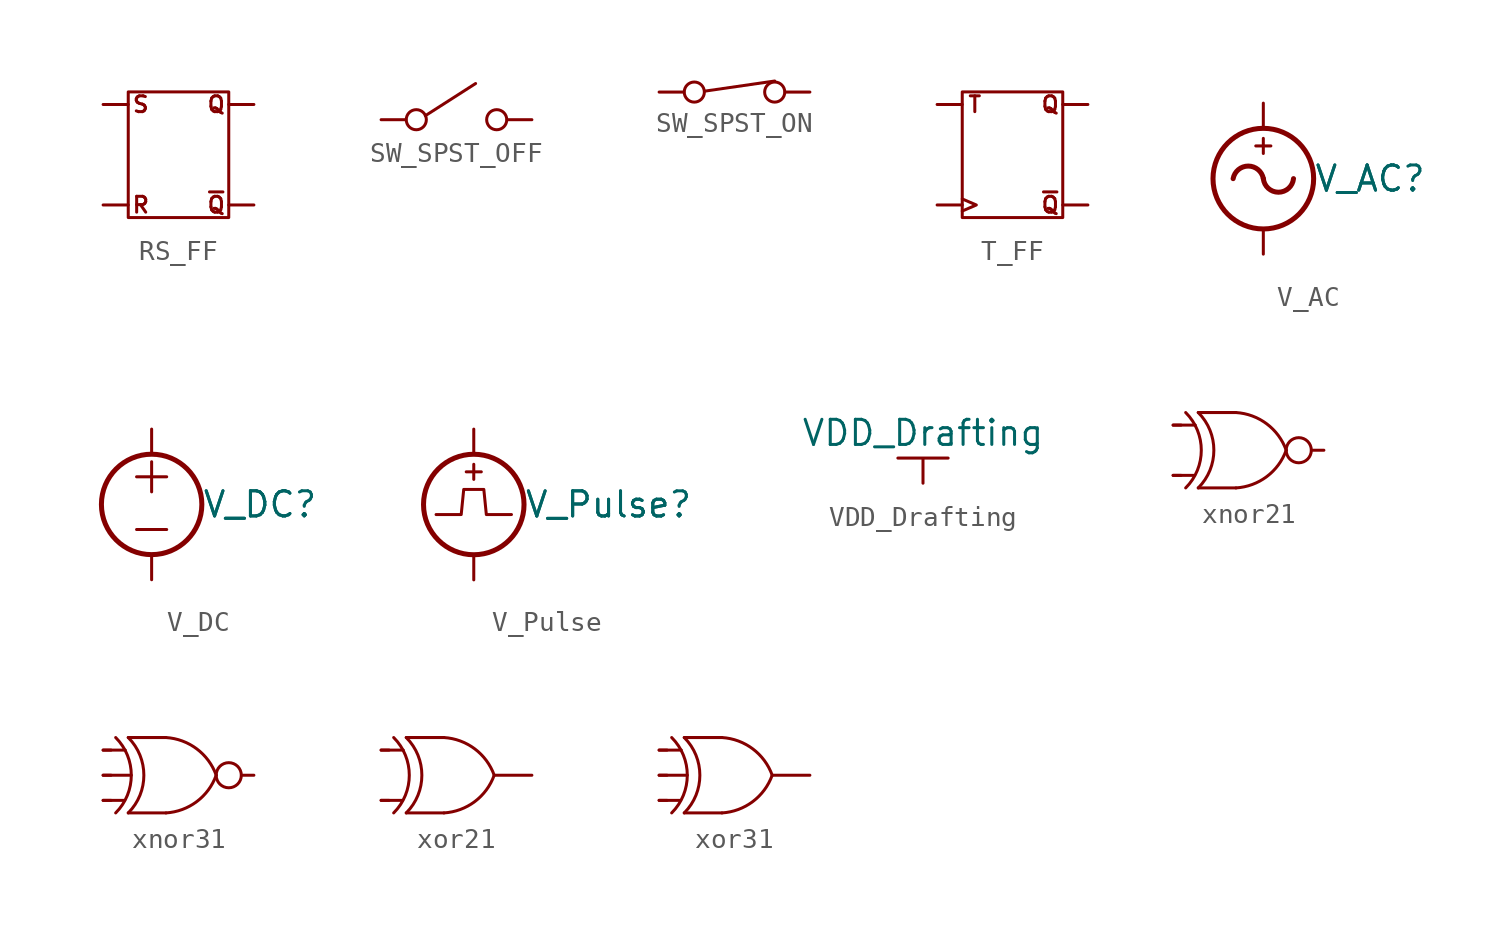
<source format=kicad_sym>
(kicad_symbol_lib
  (version 20220914)
  (generator kicad_symbol_editor)
  (symbol "RS_FF"
    (pin_numbers hide)
    (pin_names
      (offset 0) hide)
    (property "Reference" "U"
      (at 0 5.08 0)
      (effects (font (size 1.27 1.27)) hide))
    (symbol "RS_FF_0_0"
      (text "Q" (at 1.905 2.54 0) (effects (font (size 0.8 0.8))))
      (text "R" (at -1.905 -2.54 0) (effects (font (size 0.8 0.8))))
      (text "S" (at -1.905 2.54 0) (effects (font (size 0.8 0.8))))
      (text "~{Q}" (at 1.905 -2.54 0) (effects (font (size 0.8 0.8)))))
    (symbol "RS_FF_0_1"
      (rectangle (start -2.54 3.175) (end 2.54 -3.175) (stroke (width 0) (type default)) (fill (type none))))
    (symbol "RS_FF_1_1"
      (pin passive line (at 3.81 2.54 180) (length 1.27) (name "Q" (effects (font (size 1.27 1.27)))) (number "1" (effects (font (size 1.27 1.27)))))
      (pin passive line (at -3.81 -2.54 0) (length 1.27) (name "R" (effects (font (size 1.27 1.27)))) (number "1" (effects (font (size 1.27 1.27)))))
      (pin passive line (at -3.81 2.54 0) (length 1.27) (name "S" (effects (font (size 1.27 1.27)))) (number "1" (effects (font (size 1.27 1.27)))))
      (pin passive line (at 3.81 -2.54 180) (length 1.27) (name "~Q" (effects (font (size 1.27 1.27)))) (number "1" (effects (font (size 1.27 1.27)))))))
  (symbol "SW_SPST_OFF"
    (pin_numbers hide)
    (pin_names
      (offset 0) hide)
    (property "Reference" "SW"
      (at 0 3.81 0)
      (effects (font (size 1.27 1.27)) hide))
    (symbol "SW_SPST_OFF_0_0"
      (circle (center -2.032 0) (radius 0.508) (stroke (width 0) (type default)) (fill (type none)))
      (circle (center 2.032 0) (radius 0.508) (stroke (width 0) (type default)) (fill (type none))))
    (symbol "SW_SPST_OFF_0_1"
      (polyline (pts (xy -1.575 0.203) (xy 0.965 1.829)) (stroke (width 0) (type default)) (fill (type none))))
    (symbol "SW_SPST_OFF_1_1"
      (pin passive line (at -3.81 0 0) (length 1.25) (name "A" (effects (font (size 1.27 1.27)))) (number "1" (effects (font (size 1.27 1.27)))))
      (pin passive line (at 3.81 0 180) (length 1.25) (name "B" (effects (font (size 1.27 1.27)))) (number "1" (effects (font (size 1.27 1.27)))))))
  (symbol "SW_SPST_ON"
    (pin_numbers hide)
    (pin_names
      (offset 0) hide)
    (property "Reference" "SW"
      (at 0 3.81 0)
      (effects (font (size 1.27 1.27)) hide))
    (symbol "SW_SPST_ON_0_0"
      (circle (center -2.032 0) (radius 0.508) (stroke (width 0) (type default)) (fill (type none)))
      (circle (center 2.032 0) (radius 0.508) (stroke (width 0) (type default)) (fill (type none))))
    (symbol "SW_SPST_ON_0_1"
      (polyline (pts (xy -1.473 0.051) (xy 2.032 0.559)) (stroke (width 0) (type default)) (fill (type none))))
    (symbol "SW_SPST_ON_1_1"
      (pin passive line (at -3.81 0 0) (length 1.25) (name "A" (effects (font (size 1.27 1.27)))) (number "1" (effects (font (size 1.27 1.27)))))
      (pin passive line (at 3.81 0 180) (length 1.25) (name "B" (effects (font (size 1.27 1.27)))) (number "1" (effects (font (size 1.27 1.27)))))))
  (symbol "T_FF"
    (pin_numbers hide)
    (pin_names
      (offset 0) hide)
    (property "Reference" "U"
      (at 0 5.08 0)
      (effects (font (size 1.27 1.27)) hide))
    (symbol "T_FF_0_0"
      (polyline (pts (xy -2.54 -2.235) (xy -1.829 -2.54) (xy -2.54 -2.845)) (stroke (width 0) (type default)) (fill (type none)))
      (text "Q" (at 1.905 2.54 0) (effects (font (size 0.8 0.8))))
      (text "T" (at -1.905 2.54 0) (effects (font (size 0.8 0.8))))
      (text "~{Q}" (at 1.905 -2.54 0) (effects (font (size 0.8 0.8)))))
    (symbol "T_FF_0_1"
      (rectangle (start -2.54 3.175) (end 2.54 -3.175) (stroke (width 0) (type default)) (fill (type none))))
    (symbol "T_FF_1_1"
      (pin passive line (at -3.81 -2.54 0) (length 1.27) (name "CLK" (effects (font (size 1.27 1.27)))) (number "1" (effects (font (size 1.27 1.27)))))
      (pin passive line (at 3.81 2.54 180) (length 1.27) (name "Q" (effects (font (size 1.27 1.27)))) (number "1" (effects (font (size 1.27 1.27)))))
      (pin passive line (at -3.81 2.54 0) (length 1.27) (name "T" (effects (font (size 1.27 1.27)))) (number "1" (effects (font (size 1.27 1.27)))))
      (pin passive line (at 3.81 -2.54 180) (length 1.27) (name "~Q" (effects (font (size 1.27 1.27)))) (number "1" (effects (font (size 1.27 1.27)))))))
  (symbol "V_AC"
    (pin_numbers hide)
    (pin_names hide)
    (property "Reference" "V_AC"
      (at 2.54 0 0)
      (effects (font (size 1.27 1.27)) (justify left)))
    (property "Value" "V_AC"
      (at 2.54 0 0)
      (effects (font (size 1.27 1.27)) (justify left)))
    (symbol "V_AC_0_1"
      (polyline (pts (xy -0.381 1.651) (xy 0.381 1.651)) (stroke (width 0) (type default)) (fill (type none)))
      (polyline (pts (xy 0 2.032) (xy 0 1.27)) (stroke (width 0) (type default)) (fill (type none)))
      (arc (start 0 0.0027) (mid -0.7631 0.6341) (end -1.524 0) (stroke (width 0.254) (type default)) (fill (type none)))
      (arc (start 0 0.0027) (mid 0.7607 -0.6856) (end 1.524 0) (stroke (width 0.254) (type default)) (fill (type none))))
    (symbol "V_AC_1_1"
      (circle (center 0 0) (radius 2.54) (stroke (width 0.254) (type default)) (fill (type none)))
      (pin passive line (at 0 3.81 270) (length 1.27) (name "~" (effects (font (size 1.27 1.27)))) (number "1" (effects (font (size 1.27 1.27)))))
      (pin passive line (at 0 -3.81 90) (length 1.27) (name "~" (effects (font (size 1.27 1.27)))) (number "2" (effects (font (size 1.27 1.27)))))))
  (symbol "V_DC"
    (pin_numbers hide)
    (pin_names hide)
    (property "Reference" "V_DC"
      (at 2.54 0 0)
      (effects (font (size 1.27 1.27)) (justify left)))
    (property "Value" "V_DC"
      (at 2.54 0 0)
      (effects (font (size 1.27 1.27)) (justify left)))
    (symbol "V_DC_0_1"
      (polyline (pts (xy -0.762 -1.27) (xy 0.762 -1.27)) (stroke (width 0) (type default)) (fill (type none)))
      (polyline (pts (xy -0.762 1.397) (xy 0.762 1.397)) (stroke (width 0) (type default)) (fill (type none)))
      (polyline (pts (xy 0 0.635) (xy 0 2.159)) (stroke (width 0) (type default)) (fill (type none))))
    (symbol "V_DC_1_1"
      (circle (center 0 0) (radius 2.54) (stroke (width 0.254) (type default)) (fill (type none)))
      (pin passive line (at 0 3.81 270) (length 1.27) (name "~" (effects (font (size 1.27 1.27)))) (number "1" (effects (font (size 1.27 1.27)))))
      (pin passive line (at 0 -3.81 90) (length 1.27) (name "~" (effects (font (size 1.27 1.27)))) (number "2" (effects (font (size 1.27 1.27)))))))
  (symbol "V_Pulse"
    (pin_numbers hide)
    (pin_names hide)
    (property "Reference" "V_Pulse"
      (at 2.54 0 0)
      (effects (font (size 1.27 1.27)) (justify left)))
    (property "Value" "V_Pulse"
      (at 2.54 0 0)
      (effects (font (size 1.27 1.27)) (justify left)))
    (symbol "V_Pulse_0_1"
      (polyline (pts (xy -0.381 1.651) (xy 0.381 1.651)) (stroke (width 0) (type default)) (fill (type none)))
      (polyline (pts (xy 0 2.032) (xy 0 1.27)) (stroke (width 0) (type default)) (fill (type none)))
      (polyline (pts (xy -1.905 -0.508) (xy -0.635 -0.508) (xy -0.508 0.762) (xy 0.508 0.762) (xy 0.635 -0.508) (xy 1.905 -0.508)) (stroke (width 0) (type default)) (fill (type none))))
    (symbol "V_Pulse_1_1"
      (circle (center 0 0) (radius 2.54) (stroke (width 0.254) (type default)) (fill (type none)))
      (pin passive line (at 0 3.81 270) (length 1.27) (name "~" (effects (font (size 1.27 1.27)))) (number "1" (effects (font (size 1.27 1.27)))))
      (pin passive line (at 0 -3.81 90) (length 1.27) (name "~" (effects (font (size 1.27 1.27)))) (number "2" (effects (font (size 1.27 1.27)))))))
  (symbol "VDD_Drafting"
    (pin_numbers hide)
    (pin_names
      (offset 0) hide)
    (property "Reference" "U"
      (at 0 2.54 0)
      (effects (font (size 1.27 1.27)) hide))
    (property "Value" "VDD_Drafting"
      (at 0 2.54 0)
      (effects (font (size 1.27 1.27))))
    (symbol "VDD_Drafting_0_1"
      (polyline (pts (xy 0 0) (xy 0 1.27) (xy -1.27 1.27) (xy 1.27 1.27) (xy 0 1.27)) (stroke (width 0) (type default)) (fill (type none))))
    (symbol "VDD_Drafting_1_1"
      (pin power_in line (at 0 0 90) (length 0) hide (name "GND" (effects (font (size 1.27 1.27)))) (number "1" (effects (font (size 1.27 1.27)))))))
  (symbol "xnor21"
    (pin_numbers hide)
    (pin_names
      (offset 0) hide)
    (property "Reference" "U"
      (at 0 3.81 0)
      (effects (font (size 1.27 1.27)) hide))
    (symbol "xnor21_0_1"
      (arc (start -3.1751 -1.905) (mid -2.386 0) (end -3.1751 1.905) (stroke (width 0) (type default)) (fill (type none)))
      (arc (start -2.54 -1.905) (mid -1.7509 0) (end -2.54 1.905) (stroke (width 0) (type default)) (fill (type none)))
      (arc (start -0.635 -1.905) (mid 0.9209 -1.3337) (end 1.905 0) (stroke (width 0) (type default)) (fill (type none)))
      (polyline (pts (xy -3.81 -1.27) (xy -2.743 -1.27)) (stroke (width 0) (type default)) (fill (type none)))
      (polyline (pts (xy -3.81 1.27) (xy -2.692 1.27)) (stroke (width 0) (type default)) (fill (type none)))
      (polyline (pts (xy -2.54 -1.905) (xy -0.635 -1.905)) (stroke (width 0) (type default)) (fill (type none)))
      (polyline (pts (xy -2.54 1.905) (xy -0.635 1.905)) (stroke (width 0) (type default)) (fill (type none)))
      (arc (start 1.905 0) (mid 0.9207 1.3335) (end -0.635 1.905) (stroke (width 0) (type default)) (fill (type none)))
      (circle (center 2.54 0) (radius 0.635) (stroke (width 0) (type default)) (fill (type none))))
    (symbol "xnor21_1_1"
      (pin passive line (at -3.81 1.27 0) (length 0.4) (name "A" (effects (font (size 1.27 1.27)))) (number "1" (effects (font (size 1.27 1.27)))))
      (pin passive line (at -3.81 -1.27 0) (length 0.4) (name "B" (effects (font (size 1.27 1.27)))) (number "1" (effects (font (size 1.27 1.27)))))
      (pin passive line (at 3.81 0 180) (length 0.63) (name "Y" (effects (font (size 1.27 1.27)))) (number "1" (effects (font (size 1.27 1.27)))))))
  (symbol "xnor31"
    (pin_numbers hide)
    (pin_names
      (offset 0) hide)
    (property "Reference" "U"
      (at 0 3.81 0)
      (effects (font (size 1.27 1.27)) hide))
    (symbol "xnor31_0_1"
      (arc (start -3.1751 -1.905) (mid -2.386 0) (end -3.1751 1.905) (stroke (width 0) (type default)) (fill (type none)))
      (arc (start -2.54 -1.905) (mid -1.7509 0) (end -2.54 1.905) (stroke (width 0) (type default)) (fill (type none)))
      (arc (start -0.635 -1.905) (mid 0.9209 -1.3337) (end 1.905 0) (stroke (width 0) (type default)) (fill (type none)))
      (polyline (pts (xy -3.81 -1.27) (xy -2.743 -1.27)) (stroke (width 0) (type default)) (fill (type none)))
      (polyline (pts (xy -3.81 0) (xy -2.388 0)) (stroke (width 0) (type default)) (fill (type none)))
      (polyline (pts (xy -3.81 1.27) (xy -2.692 1.27)) (stroke (width 0) (type default)) (fill (type none)))
      (polyline (pts (xy -2.54 -1.905) (xy -0.635 -1.905)) (stroke (width 0) (type default)) (fill (type none)))
      (polyline (pts (xy -2.54 1.905) (xy -0.635 1.905)) (stroke (width 0) (type default)) (fill (type none)))
      (arc (start 1.905 0) (mid 0.9207 1.3335) (end -0.635 1.905) (stroke (width 0) (type default)) (fill (type none)))
      (circle (center 2.54 0) (radius 0.635) (stroke (width 0) (type default)) (fill (type none))))
    (symbol "xnor31_1_1"
      (pin passive line (at -3.81 1.27 0) (length 0.4) (name "A" (effects (font (size 1.27 1.27)))) (number "1" (effects (font (size 1.27 1.27)))))
      (pin passive line (at -3.81 0 0) (length 0.4) (name "B" (effects (font (size 1.27 1.27)))) (number "1" (effects (font (size 1.27 1.27)))))
      (pin passive line (at -3.81 -1.27 0) (length 0.4) (name "C" (effects (font (size 1.27 1.27)))) (number "1" (effects (font (size 1.27 1.27)))))
      (pin passive line (at 3.81 0 180) (length 0.63) (name "Y" (effects (font (size 1.27 1.27)))) (number "1" (effects (font (size 1.27 1.27)))))))
  (symbol "xor21"
    (pin_numbers hide)
    (pin_names
      (offset 0) hide)
    (property "Reference" "U"
      (at 0 3.81 0)
      (effects (font (size 1.27 1.27)) hide))
    (symbol "xor21_0_1"
      (arc (start -3.1751 -1.905) (mid -2.386 0) (end -3.1751 1.905) (stroke (width 0) (type default)) (fill (type none)))
      (arc (start -2.54 -1.905) (mid -1.7509 0) (end -2.54 1.905) (stroke (width 0) (type default)) (fill (type none)))
      (arc (start -0.635 -1.905) (mid 0.9209 -1.3337) (end 1.905 0) (stroke (width 0) (type default)) (fill (type none)))
      (polyline (pts (xy -3.81 -1.27) (xy -2.743 -1.27)) (stroke (width 0) (type default)) (fill (type none)))
      (polyline (pts (xy -3.81 1.27) (xy -2.692 1.27)) (stroke (width 0) (type default)) (fill (type none)))
      (polyline (pts (xy -2.54 -1.905) (xy -0.635 -1.905)) (stroke (width 0) (type default)) (fill (type none)))
      (polyline (pts (xy -2.54 1.905) (xy -0.635 1.905)) (stroke (width 0) (type default)) (fill (type none)))
      (arc (start 1.905 0) (mid 0.9207 1.3335) (end -0.635 1.905) (stroke (width 0) (type default)) (fill (type none))))
    (symbol "xor21_1_1"
      (pin passive line (at -3.81 1.27 0) (length 0.4) (name "A" (effects (font (size 1.27 1.27)))) (number "1" (effects (font (size 1.27 1.27)))))
      (pin passive line (at -3.81 -1.27 0) (length 0.4) (name "B" (effects (font (size 1.27 1.27)))) (number "1" (effects (font (size 1.27 1.27)))))
      (pin passive line (at 3.81 0 180) (length 1.9) (name "Y" (effects (font (size 1.27 1.27)))) (number "1" (effects (font (size 1.27 1.27)))))))
  (symbol "xor31"
    (pin_numbers hide)
    (pin_names
      (offset 0) hide)
    (property "Reference" "U"
      (at 0 3.81 0)
      (effects (font (size 1.27 1.27)) hide))
    (symbol "xor31_0_1"
      (arc (start -3.1751 -1.905) (mid -2.386 0) (end -3.1751 1.905) (stroke (width 0) (type default)) (fill (type none)))
      (arc (start -2.54 -1.905) (mid -1.7509 0) (end -2.54 1.905) (stroke (width 0) (type default)) (fill (type none)))
      (arc (start -0.635 -1.905) (mid 0.9209 -1.3337) (end 1.905 0) (stroke (width 0) (type default)) (fill (type none)))
      (polyline (pts (xy -3.81 -1.27) (xy -2.743 -1.27)) (stroke (width 0) (type default)) (fill (type none)))
      (polyline (pts (xy -3.81 0) (xy -2.388 0)) (stroke (width 0) (type default)) (fill (type none)))
      (polyline (pts (xy -3.81 1.27) (xy -2.692 1.27)) (stroke (width 0) (type default)) (fill (type none)))
      (polyline (pts (xy -2.54 -1.905) (xy -0.635 -1.905)) (stroke (width 0) (type default)) (fill (type none)))
      (polyline (pts (xy -2.54 1.905) (xy -0.635 1.905)) (stroke (width 0) (type default)) (fill (type none)))
      (arc (start 1.905 0) (mid 0.9207 1.3335) (end -0.635 1.905) (stroke (width 0) (type default)) (fill (type none))))
    (symbol "xor31_1_1"
      (pin passive line (at -3.81 1.27 0) (length 0.4) (name "A" (effects (font (size 1.27 1.27)))) (number "1" (effects (font (size 1.27 1.27)))))
      (pin passive line (at -3.81 0 0) (length 0.4) (name "B" (effects (font (size 1.27 1.27)))) (number "1" (effects (font (size 1.27 1.27)))))
      (pin passive line (at -3.81 -1.27 0) (length 0.4) (name "C" (effects (font (size 1.27 1.27)))) (number "1" (effects (font (size 1.27 1.27)))))
      (pin passive line (at 3.81 0 180) (length 1.9) (name "Y" (effects (font (size 1.27 1.27)))) (number "1" (effects (font (size 1.27 1.27))))))))
</source>
